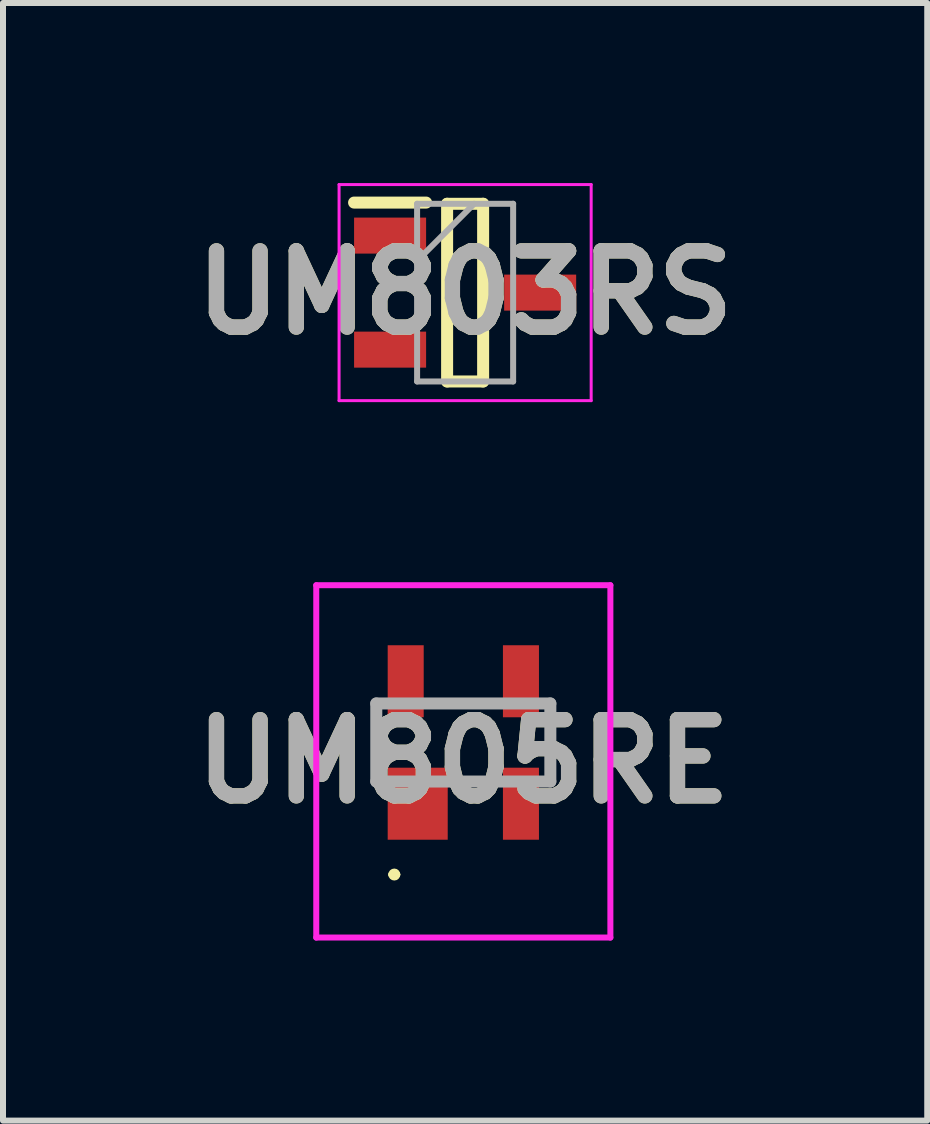
<source format=kicad_pcb>
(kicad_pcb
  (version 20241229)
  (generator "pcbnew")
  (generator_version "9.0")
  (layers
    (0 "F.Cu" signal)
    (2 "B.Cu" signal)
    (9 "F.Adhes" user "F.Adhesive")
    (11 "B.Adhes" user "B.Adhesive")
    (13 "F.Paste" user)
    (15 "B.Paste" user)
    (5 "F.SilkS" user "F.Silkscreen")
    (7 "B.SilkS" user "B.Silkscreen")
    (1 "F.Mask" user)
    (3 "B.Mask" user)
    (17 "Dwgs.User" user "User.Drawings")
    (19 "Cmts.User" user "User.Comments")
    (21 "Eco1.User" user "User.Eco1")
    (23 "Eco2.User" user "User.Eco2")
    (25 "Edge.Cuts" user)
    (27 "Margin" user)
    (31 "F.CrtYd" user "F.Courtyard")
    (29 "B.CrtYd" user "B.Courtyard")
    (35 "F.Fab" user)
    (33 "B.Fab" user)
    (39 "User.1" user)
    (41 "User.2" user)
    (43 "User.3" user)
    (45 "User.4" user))
  (footprint "UM803RS"
    (layer "F.Cu")
    (at 4.699 1.825)
    (property "Reference" "UM803RS" (at 0 0 0) (layer "F.SilkS") (effects (font (size 1.27 1.27) (thickness 0.254))))
    (attr smd)
    (fp_line (start -1.85 -1.5) (end -0.65 -1.5) (stroke (width 0.2) (type solid)) (layer "F.SilkS"))
    (fp_line (start -0.3 -1.48) (end 0.3 -1.48) (stroke (width 0.2) (type solid)) (layer "F.SilkS"))
    (fp_line (start -0.3 1.48) (end -0.3 -1.48) (stroke (width 0.2) (type solid)) (layer "F.SilkS"))
    (fp_line (start 0.3 -1.48) (end 0.3 1.48) (stroke (width 0.2) (type solid)) (layer "F.SilkS"))
    (fp_line (start 0.3 1.48) (end -0.3 1.48) (stroke (width 0.2) (type solid)) (layer "F.SilkS"))
    (fp_line (start -2.1 -1.8) (end 2.1 -1.8) (stroke (width 0.05) (type solid)) (layer "F.CrtYd"))
    (fp_line (start -2.1 1.8) (end -2.1 -1.8) (stroke (width 0.05) (type solid)) (layer "F.CrtYd"))
    (fp_line (start 2.1 -1.8) (end 2.1 1.8) (stroke (width 0.05) (type solid)) (layer "F.CrtYd"))
    (fp_line (start 2.1 1.8) (end -2.1 1.8) (stroke (width 0.05) (type solid)) (layer "F.CrtYd"))
    (fp_line (start -0.8 -1.48) (end 0.8 -1.48) (stroke (width 0.1) (type solid)) (layer "F.Fab"))
    (fp_line (start -0.8 -0.53) (end 0.15 -1.48) (stroke (width 0.1) (type solid)) (layer "F.Fab"))
    (fp_line (start -0.8 1.48) (end -0.8 -1.48) (stroke (width 0.1) (type solid)) (layer "F.Fab"))
    (fp_line (start 0.8 -1.48) (end 0.8 1.48) (stroke (width 0.1) (type solid)) (layer "F.Fab"))
    (fp_line (start 0.8 1.48) (end -0.8 1.48) (stroke (width 0.1) (type solid)) (layer "F.Fab"))
    (fp_text user "${REFERENCE}" (at 0 0 0) (layer "F.Fab") (effects (font (size 1.27 1.27) (thickness 0.254))))
    (pad "1" smd rect (at -1.25 -0.95 90) (size 0.6 1.2) (layers "F.Cu" "F.Mask" "F.Paste"))
    (pad "2" smd rect (at -1.25 0.95 90) (size 0.6 1.2) (layers "F.Cu" "F.Mask" "F.Paste"))
    (pad "3" smd rect (at 1.25 0 90) (size 0.6 1.2) (layers "F.Cu" "F.Mask" "F.Paste")))
  (footprint "UM805RE"
    (layer "F.Cu")
    (at 4.669 9.32)
    (property "Reference" "UM805RE" (at 0 0.315 0) (layer "F.SilkS") (effects (font (size 1.27 1.27) (thickness 0.254))))
    (attr smd)
    (fp_line (start -1.2 2.2) (end -1.2 2.2) (stroke (width 0.1) (type solid)) (layer "F.SilkS"))
    (fp_line (start -1.1 2.2) (end -1.1 2.2) (stroke (width 0.1) (type solid)) (layer "F.SilkS"))
    (fp_line (start -0.4 -0.65) (end 0.4 -0.65) (stroke (width 0.1) (type solid)) (layer "F.SilkS"))
    (fp_arc (start -1.2 2.2) (mid -1.15 2.15) (end -1.1 2.2) (stroke (width 0.1) (type solid)) (layer "F.SilkS"))
    (fp_arc (start -1.1 2.2) (mid -1.15 2.25) (end -1.2 2.2) (stroke (width 0.1) (type solid)) (layer "F.SilkS"))
    (fp_line (start -2.45 -2.62) (end 2.45 -2.62) (stroke (width 0.1) (type solid)) (layer "F.CrtYd"))
    (fp_line (start -2.45 3.25) (end -2.45 -2.62) (stroke (width 0.1) (type solid)) (layer "F.CrtYd"))
    (fp_line (start 2.45 -2.62) (end 2.45 3.25) (stroke (width 0.1) (type solid)) (layer "F.CrtYd"))
    (fp_line (start 2.45 3.25) (end -2.45 3.25) (stroke (width 0.1) (type solid)) (layer "F.CrtYd"))
    (fp_line (start -1.45 -0.65) (end 1.45 -0.65) (stroke (width 0.2) (type solid)) (layer "F.Fab"))
    (fp_line (start -1.45 0.65) (end -1.45 -0.65) (stroke (width 0.2) (type solid)) (layer "F.Fab"))
    (fp_line (start 1.45 -0.65) (end 1.45 0.65) (stroke (width 0.2) (type solid)) (layer "F.Fab"))
    (fp_line (start 1.45 0.65) (end -1.45 0.65) (stroke (width 0.2) (type solid)) (layer "F.Fab"))
    (fp_text user "${REFERENCE}" (at 0 0.315 0) (layer "F.Fab") (effects (font (size 1.27 1.27) (thickness 0.254))))
    (pad "1" smd rect (at -0.76 1.02) (size 1 1.2) (layers "F.Cu" "F.Mask" "F.Paste"))
    (pad "2" smd rect (at 0.96 1.02) (size 0.6 1.2) (layers "F.Cu" "F.Mask" "F.Paste"))
    (pad "3" smd rect (at 0.96 -1.02) (size 0.6 1.2) (layers "F.Cu" "F.Mask" "F.Paste"))
    (pad "4" smd rect (at -0.96 -1.02) (size 0.6 1.2) (layers "F.Cu" "F.Mask" "F.Paste")))
  (gr_rect
    (start -3 -3)
    (end 12.398 15.62)
    (stroke (width 0.1) (type default))
    (fill no)
    (layer "Edge.Cuts")))
</source>
